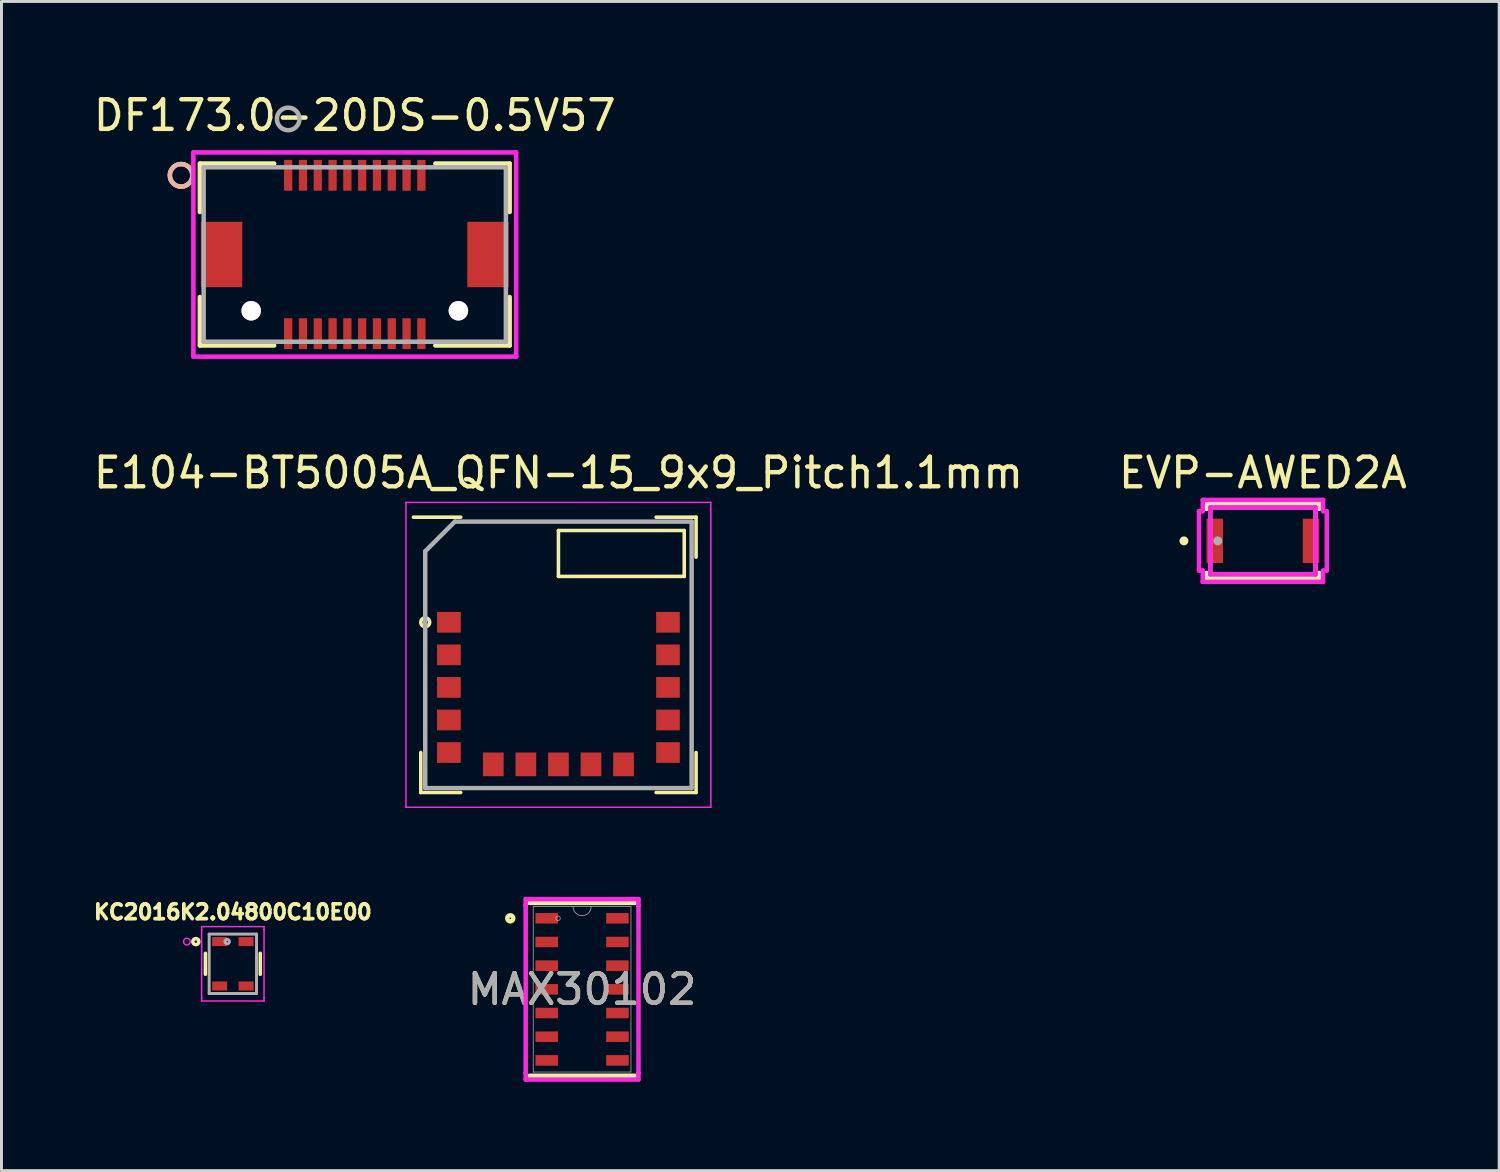
<source format=kicad_pcb>
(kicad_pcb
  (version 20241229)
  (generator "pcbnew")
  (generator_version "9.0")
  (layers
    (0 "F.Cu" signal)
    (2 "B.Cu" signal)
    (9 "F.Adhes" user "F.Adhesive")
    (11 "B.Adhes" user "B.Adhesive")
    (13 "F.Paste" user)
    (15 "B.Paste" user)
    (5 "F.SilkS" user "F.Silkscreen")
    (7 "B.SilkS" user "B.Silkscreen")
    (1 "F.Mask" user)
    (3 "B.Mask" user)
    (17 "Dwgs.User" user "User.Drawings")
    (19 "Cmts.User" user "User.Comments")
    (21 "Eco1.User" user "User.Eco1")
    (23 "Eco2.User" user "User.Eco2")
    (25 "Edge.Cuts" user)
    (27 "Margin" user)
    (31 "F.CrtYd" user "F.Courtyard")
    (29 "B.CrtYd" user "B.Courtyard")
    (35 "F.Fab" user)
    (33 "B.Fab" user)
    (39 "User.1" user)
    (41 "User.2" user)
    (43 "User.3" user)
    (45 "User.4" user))
  (footprint "E104-BT5005A_QFN-15_9x9_Pitch1.1mm"
    (layer "F.Cu")
    (at 15.815 19.072)
    (property "Reference" "E104-BT5005A_QFN-15_9x9_Pitch1.1mm" (at 0 -6.15 0) (layer "F.SilkS") (effects (font (size 1 1) (thickness 0.15))))
    (attr smd)
    (fp_line (start -4.65 4.65) (end -4.65 3.3) (stroke (width 0.12) (type solid)) (layer "F.SilkS"))
    (fp_line (start -3.3 -4.65) (end -4.9 -4.65) (stroke (width 0.12) (type solid)) (layer "F.SilkS"))
    (fp_line (start -3.3 4.65) (end -4.65 4.65) (stroke (width 0.12) (type solid)) (layer "F.SilkS"))
    (fp_line (start 0 -4.2) (end 0 -2.65) (stroke (width 0.12) (type solid)) (layer "F.SilkS"))
    (fp_line (start 0 -2.65) (end 4.25 -2.65) (stroke (width 0.12) (type solid)) (layer "F.SilkS"))
    (fp_line (start 3.3 -4.65) (end 4.65 -4.65) (stroke (width 0.12) (type solid)) (layer "F.SilkS"))
    (fp_line (start 3.3 4.65) (end 4.65 4.65) (stroke (width 0.12) (type solid)) (layer "F.SilkS"))
    (fp_line (start 4.25 -4.2) (end 0 -4.2) (stroke (width 0.12) (type solid)) (layer "F.SilkS"))
    (fp_line (start 4.25 -2.65) (end 4.25 -4.2) (stroke (width 0.12) (type solid)) (layer "F.SilkS"))
    (fp_line (start 4.65 -4.65) (end 4.65 -3.3) (stroke (width 0.12) (type solid)) (layer "F.SilkS"))
    (fp_line (start 4.65 4.65) (end 4.65 3.3) (stroke (width 0.12) (type solid)) (layer "F.SilkS"))
    (fp_circle (center -4.5 -1.1) (end -4.65 -1.1) (stroke (width 0.12) (type solid)) (fill no) (layer "F.SilkS"))
    (fp_line (start -5.15 -5.15) (end 5.15 -5.15) (stroke (width 0.05) (type solid)) (layer "F.CrtYd"))
    (fp_line (start -5.15 5.15) (end -5.15 -5.15) (stroke (width 0.05) (type solid)) (layer "F.CrtYd"))
    (fp_line (start 5.15 -5.15) (end 5.15 5.15) (stroke (width 0.05) (type solid)) (layer "F.CrtYd"))
    (fp_line (start 5.15 5.15) (end -5.15 5.15) (stroke (width 0.05) (type solid)) (layer "F.CrtYd"))
    (fp_line (start -4.5 -3.5) (end -4.5 4.5) (stroke (width 0.15) (type solid)) (layer "F.Fab"))
    (fp_line (start -4.5 4.5) (end 4.5 4.5) (stroke (width 0.15) (type solid)) (layer "F.Fab"))
    (fp_line (start -3.5 -4.5) (end -4.5 -3.5) (stroke (width 0.15) (type solid)) (layer "F.Fab"))
    (fp_line (start 4.5 -4.5) (end -3.5 -4.5) (stroke (width 0.15) (type solid)) (layer "F.Fab"))
    (fp_line (start 4.5 4.5) (end 4.5 -4.5) (stroke (width 0.15) (type solid)) (layer "F.Fab"))
    (pad "1" smd rect (at -3.7 -1.1 90) (size 0.7 0.8) (layers "F.Cu" "F.Mask" "F.Paste"))
    (pad "2" smd rect (at -3.7 0 90) (size 0.7 0.8) (layers "F.Cu" "F.Mask" "F.Paste"))
    (pad "3" smd rect (at -3.7 1.1 90) (size 0.7 0.8) (layers "F.Cu" "F.Mask" "F.Paste"))
    (pad "4" smd rect (at -3.7 2.2 90) (size 0.7 0.8) (layers "F.Cu" "F.Mask" "F.Paste"))
    (pad "5" smd rect (at -3.7 3.3 90) (size 0.7 0.8) (layers "F.Cu" "F.Mask" "F.Paste"))
    (pad "6" smd rect (at -2.2 3.7) (size 0.7 0.8) (layers "F.Cu" "F.Mask" "F.Paste"))
    (pad "7" smd rect (at -1.1 3.7) (size 0.7 0.8) (layers "F.Cu" "F.Mask" "F.Paste"))
    (pad "8" smd rect (at 0 3.7) (size 0.7 0.8) (layers "F.Cu" "F.Mask" "F.Paste"))
    (pad "9" smd rect (at 1.1 3.7) (size 0.7 0.8) (layers "F.Cu" "F.Mask" "F.Paste"))
    (pad "10" smd rect (at 2.2 3.7) (size 0.7 0.8) (layers "F.Cu" "F.Mask" "F.Paste"))
    (pad "11" smd rect (at 3.7 3.3 90) (size 0.7 0.8) (layers "F.Cu" "F.Mask" "F.Paste"))
    (pad "12" smd rect (at 3.7 2.2 90) (size 0.7 0.8) (layers "F.Cu" "F.Mask" "F.Paste"))
    (pad "13" smd rect (at 3.7 1.1 90) (size 0.7 0.8) (layers "F.Cu" "F.Mask" "F.Paste"))
    (pad "14" smd rect (at 3.7 0 90) (size 0.7 0.8) (layers "F.Cu" "F.Mask" "F.Paste"))
    (pad "15" smd rect (at 3.7 -1.1 90) (size 0.7 0.8) (layers "F.Cu" "F.Mask" "F.Paste")))
  (footprint "KC2016K2.04800C10E00"
    (layer "F.Cu")
    (at 4.816 29.509)
    (property "Reference" "KC2016K2.04800C10E00" (at 0 -1.75 0) (layer "F.SilkS") (effects (font (size 0.5 0.5) (thickness 0.125))))
    (attr through_hole)
    (fp_line (start -0.927 -0.354) (end -0.927 0.354) (stroke (width 0.12) (type solid)) (layer "F.SilkS"))
    (fp_line (start 0.927 0.354) (end 0.927 -0.354) (stroke (width 0.12) (type solid)) (layer "F.SilkS"))
    (fp_circle (center -1.25 -0.75) (end -1.148 -0.75) (stroke (width 0.12) (type solid)) (fill no) (layer "F.SilkS"))
    (fp_line (start -1.054 -1.257) (end 1.054 -1.257) (stroke (width 0.05) (type solid)) (layer "F.CrtYd"))
    (fp_line (start -1.054 -1.156) (end -1.054 -1.257) (stroke (width 0.05) (type solid)) (layer "F.CrtYd"))
    (fp_line (start -1.054 -1.156) (end -1.054 -1.156) (stroke (width 0.05) (type solid)) (layer "F.CrtYd"))
    (fp_line (start -1.054 1.156) (end -1.054 -1.156) (stroke (width 0.05) (type solid)) (layer "F.CrtYd"))
    (fp_line (start -1.054 1.156) (end -1.054 1.156) (stroke (width 0.05) (type solid)) (layer "F.CrtYd"))
    (fp_line (start -1.054 1.257) (end -1.054 1.156) (stroke (width 0.05) (type solid)) (layer "F.CrtYd"))
    (fp_line (start 1.054 -1.257) (end 1.054 -1.156) (stroke (width 0.05) (type solid)) (layer "F.CrtYd"))
    (fp_line (start 1.054 -1.156) (end 1.054 -1.156) (stroke (width 0.05) (type solid)) (layer "F.CrtYd"))
    (fp_line (start 1.054 -1.156) (end 1.054 1.156) (stroke (width 0.05) (type solid)) (layer "F.CrtYd"))
    (fp_line (start 1.054 1.156) (end 1.054 1.156) (stroke (width 0.05) (type solid)) (layer "F.CrtYd"))
    (fp_line (start 1.054 1.156) (end 1.054 1.257) (stroke (width 0.05) (type solid)) (layer "F.CrtYd"))
    (fp_line (start 1.054 1.257) (end -1.054 1.257) (stroke (width 0.05) (type solid)) (layer "F.CrtYd"))
    (fp_circle (center -1.552 -0.75) (end -1.45 -0.7) (stroke (width 0.05) (type solid)) (fill no) (layer "F.CrtYd"))
    (fp_line (start -0.8 -1.003) (end -0.8 1.003) (stroke (width 0.1) (type solid)) (layer "F.Fab"))
    (fp_line (start -0.8 1.003) (end 0.8 1.003) (stroke (width 0.1) (type solid)) (layer "F.Fab"))
    (fp_line (start 0.8 -1.003) (end -0.8 -1.003) (stroke (width 0.1) (type solid)) (layer "F.Fab"))
    (fp_line (start 0.8 1.003) (end 0.8 -1.003) (stroke (width 0.1) (type solid)) (layer "F.Fab"))
    (fp_circle (center -0.192 -0.75) (end -0.116 -0.75) (stroke (width 0.1) (type solid)) (fill no) (layer "F.Fab"))
    (pad "1" smd rect (at -0.446 -0.75) (size 0.508 0.305) (layers "F.Cu" "F.Mask" "F.Paste"))
    (pad "2" smd rect (at -0.446 0.75) (size 0.508 0.305) (layers "F.Cu" "F.Mask" "F.Paste"))
    (pad "3" smd rect (at 0.446 0.75) (size 0.508 0.305) (layers "F.Cu" "F.Mask" "F.Paste"))
    (pad "4" smd rect (at 0.446 -0.75) (size 0.508 0.305) (layers "F.Cu" "F.Mask" "F.Paste")))
  (footprint "DF173.0-20DS-0.5V57"
    (layer "F.Cu")
    (at 8.935 5.548)
    (property "Reference" "DF173.0-20DS-0.5V57" (at 0 -4.7 0) (layer "F.SilkS") (effects (font (size 1 1) (thickness 0.15))))
    (attr through_hole)
    (fp_line (start -5.232 -3.073) (end -5.232 -1.436) (stroke (width 0.152) (type solid)) (layer "F.SilkS"))
    (fp_line (start -5.232 1.436) (end -5.232 3.073) (stroke (width 0.152) (type solid)) (layer "F.SilkS"))
    (fp_line (start -5.232 3.073) (end -2.722 3.073) (stroke (width 0.152) (type solid)) (layer "F.SilkS"))
    (fp_line (start -2.722 -3.073) (end -5.232 -3.073) (stroke (width 0.152) (type solid)) (layer "F.SilkS"))
    (fp_line (start 2.722 3.073) (end 5.232 3.073) (stroke (width 0.152) (type solid)) (layer "F.SilkS"))
    (fp_line (start 5.232 -3.073) (end 2.722 -3.073) (stroke (width 0.152) (type solid)) (layer "F.SilkS"))
    (fp_line (start 5.232 -1.436) (end 5.232 -3.073) (stroke (width 0.152) (type solid)) (layer "F.SilkS"))
    (fp_line (start 5.232 3.073) (end 5.232 1.436) (stroke (width 0.152) (type solid)) (layer "F.SilkS"))
    (fp_circle (center -5.867 -2.675) (end -5.486 -2.675) (stroke (width 0.152) (type solid)) (fill no) (layer "F.SilkS"))
    (fp_circle (center -5.867 -2.675) (end -5.486 -2.675) (stroke (width 0.152) (type solid)) (fill no) (layer "B.SilkS"))
    (fp_line (start -5.452 -3.45) (end -5.452 3.45) (stroke (width 0.152) (type solid)) (layer "F.CrtYd"))
    (fp_line (start -5.452 3.45) (end 5.452 3.45) (stroke (width 0.152) (type solid)) (layer "F.CrtYd"))
    (fp_line (start 5.452 -3.45) (end -5.452 -3.45) (stroke (width 0.152) (type solid)) (layer "F.CrtYd"))
    (fp_line (start 5.452 3.45) (end 5.452 -3.45) (stroke (width 0.152) (type solid)) (layer "F.CrtYd"))
    (fp_line (start -5.105 -2.946) (end -5.105 2.946) (stroke (width 0.152) (type solid)) (layer "F.Fab"))
    (fp_line (start -5.105 2.946) (end 5.105 2.946) (stroke (width 0.152) (type solid)) (layer "F.Fab"))
    (fp_line (start 5.105 -2.946) (end -5.105 -2.946) (stroke (width 0.152) (type solid)) (layer "F.Fab"))
    (fp_line (start 5.105 2.946) (end 5.105 -2.946) (stroke (width 0.152) (type solid)) (layer "F.Fab"))
    (fp_circle (center -2.25 -4.58) (end -1.869 -4.58) (stroke (width 0.152) (type solid)) (fill no) (layer "F.Fab"))
    (pad "1" smd rect (at -2.25 -2.675) (size 0.279 1.041) (layers "F.Cu" "F.Mask" "F.Paste"))
    (pad "2" smd rect (at -2.25 2.675) (size 0.279 1.041) (layers "F.Cu" "F.Mask" "F.Paste"))
    (pad "3" smd rect (at -1.75 -2.675) (size 0.279 1.041) (layers "F.Cu" "F.Mask" "F.Paste"))
    (pad "4" smd rect (at -1.75 2.675) (size 0.279 1.041) (layers "F.Cu" "F.Mask" "F.Paste"))
    (pad "5" smd rect (at -1.25 -2.675) (size 0.279 1.041) (layers "F.Cu" "F.Mask" "F.Paste"))
    (pad "6" smd rect (at -1.25 2.675) (size 0.279 1.041) (layers "F.Cu" "F.Mask" "F.Paste"))
    (pad "7" smd rect (at -0.75 -2.675) (size 0.279 1.041) (layers "F.Cu" "F.Mask" "F.Paste"))
    (pad "8" smd rect (at -0.75 2.675) (size 0.279 1.041) (layers "F.Cu" "F.Mask" "F.Paste"))
    (pad "9" smd rect (at -0.25 -2.675) (size 0.279 1.041) (layers "F.Cu" "F.Mask" "F.Paste"))
    (pad "10" smd rect (at -0.25 2.675) (size 0.279 1.041) (layers "F.Cu" "F.Mask" "F.Paste"))
    (pad "11" smd rect (at 0.25 -2.675) (size 0.279 1.041) (layers "F.Cu" "F.Mask" "F.Paste"))
    (pad "12" smd rect (at 0.25 2.675) (size 0.279 1.041) (layers "F.Cu" "F.Mask" "F.Paste"))
    (pad "13" smd rect (at 0.75 -2.675) (size 0.279 1.041) (layers "F.Cu" "F.Mask" "F.Paste"))
    (pad "14" smd rect (at 0.75 2.675) (size 0.279 1.041) (layers "F.Cu" "F.Mask" "F.Paste"))
    (pad "15" smd rect (at 1.25 -2.675) (size 0.279 1.041) (layers "F.Cu" "F.Mask" "F.Paste"))
    (pad "16" smd rect (at 1.25 2.675) (size 0.279 1.041) (layers "F.Cu" "F.Mask" "F.Paste"))
    (pad "17" smd rect (at 1.75 -2.675) (size 0.279 1.041) (layers "F.Cu" "F.Mask" "F.Paste"))
    (pad "18" smd rect (at 1.75 2.675) (size 0.279 1.041) (layers "F.Cu" "F.Mask" "F.Paste"))
    (pad "19" smd rect (at 2.25 -2.675) (size 0.279 1.041) (layers "F.Cu" "F.Mask" "F.Paste"))
    (pad "20" smd rect (at 2.25 2.675) (size 0.279 1.041) (layers "F.Cu" "F.Mask" "F.Paste"))
    (pad "21" smd rect (at -4.5 0) (size 1.397 2.21) (layers "F.Cu" "F.Mask" "F.Paste"))
    (pad "22" smd rect (at 4.5 0) (size 1.397 2.21) (layers "F.Cu" "F.Mask" "F.Paste"))
    (pad "23" thru_hole circle (at -3.5 1.9) (size 0.66 0.66) (drill 0.66) (layers "*.Cu" "*.Mask"))
    (pad "24" thru_hole circle (at 3.5 1.9) (size 0.66 0.66) (drill 0.66) (layers "*.Cu" "*.Mask")))
  (footprint "MAX30102"
    (layer "F.Cu")
    (at 16.614 30.372)
    (property "Reference" "MAX30102" (at 0 0 0) (unlocked yes) (layer "F.SilkS") (effects (font (size 1 1) (thickness 0.15))))
    (attr smd)
    (fp_line (start -1.778 2.921) (end 1.778 2.921) (stroke (width 0.152) (type solid)) (layer "F.SilkS"))
    (fp_line (start 1.778 -2.921) (end -1.778 -2.921) (stroke (width 0.152) (type solid)) (layer "F.SilkS"))
    (fp_circle (center -2.426 -2.4) (end -2.324 -2.4) (stroke (width 0.152) (type solid)) (fill no) (layer "F.SilkS"))
    (fp_line (start -1.905 -3.048) (end 1.905 -3.048) (stroke (width 0.152) (type solid)) (layer "F.CrtYd"))
    (fp_line (start -1.905 -2.832) (end -1.905 -3.048) (stroke (width 0.152) (type solid)) (layer "F.CrtYd"))
    (fp_line (start -1.905 -2.832) (end -1.905 -2.832) (stroke (width 0.152) (type solid)) (layer "F.CrtYd"))
    (fp_line (start -1.905 2.832) (end -1.905 -2.832) (stroke (width 0.152) (type solid)) (layer "F.CrtYd"))
    (fp_line (start -1.905 2.832) (end -1.905 2.832) (stroke (width 0.152) (type solid)) (layer "F.CrtYd"))
    (fp_line (start -1.905 3.048) (end -1.905 2.832) (stroke (width 0.152) (type solid)) (layer "F.CrtYd"))
    (fp_line (start 1.905 -3.048) (end 1.905 -2.832) (stroke (width 0.152) (type solid)) (layer "F.CrtYd"))
    (fp_line (start 1.905 -2.832) (end 1.905 -2.832) (stroke (width 0.152) (type solid)) (layer "F.CrtYd"))
    (fp_line (start 1.905 -2.832) (end 1.905 2.832) (stroke (width 0.152) (type solid)) (layer "F.CrtYd"))
    (fp_line (start 1.905 2.832) (end 1.905 2.832) (stroke (width 0.152) (type solid)) (layer "F.CrtYd"))
    (fp_line (start 1.905 2.832) (end 1.905 3.048) (stroke (width 0.152) (type solid)) (layer "F.CrtYd"))
    (fp_line (start 1.905 3.048) (end -1.905 3.048) (stroke (width 0.152) (type solid)) (layer "F.CrtYd"))
    (fp_line (start -1.651 -2.794) (end -1.651 2.794) (stroke (width 0.025) (type solid)) (layer "F.Fab"))
    (fp_line (start -1.651 2.794) (end 1.651 2.794) (stroke (width 0.025) (type solid)) (layer "F.Fab"))
    (fp_line (start 1.651 -2.794) (end -1.651 -2.794) (stroke (width 0.025) (type solid)) (layer "F.Fab"))
    (fp_line (start 1.651 2.794) (end 1.651 -2.794) (stroke (width 0.025) (type solid)) (layer "F.Fab"))
    (fp_arc (start 0.3048 -2.794) (mid 0 -2.4892) (end -0.3048 -2.794) (stroke (width 0.0254) (type solid)) (layer "F.Fab"))
    (fp_circle (center -0.813 -2.4) (end -0.737 -2.4) (stroke (width 0.025) (type solid)) (fill no) (layer "F.Fab"))
    (fp_text user "${REFERENCE}" (at 0 0 0) (unlocked yes) (layer "F.Fab") (effects (font (size 1 1) (thickness 0.15))))
    (pad "1" smd rect (at -1.194 -2.4) (size 0.762 0.356) (layers "F.Cu" "F.Mask" "F.Paste"))
    (pad "2" smd rect (at -1.194 -1.6) (size 0.762 0.356) (layers "F.Cu" "F.Mask" "F.Paste"))
    (pad "3" smd rect (at -1.194 -0.8) (size 0.762 0.356) (layers "F.Cu" "F.Mask" "F.Paste"))
    (pad "4" smd rect (at -1.194 0) (size 0.762 0.356) (layers "F.Cu" "F.Mask" "F.Paste"))
    (pad "5" smd rect (at -1.194 0.8) (size 0.762 0.356) (layers "F.Cu" "F.Mask" "F.Paste"))
    (pad "6" smd rect (at -1.194 1.6) (size 0.762 0.356) (layers "F.Cu" "F.Mask" "F.Paste"))
    (pad "7" smd rect (at -1.194 2.4) (size 0.762 0.356) (layers "F.Cu" "F.Mask" "F.Paste"))
    (pad "8" smd rect (at 1.194 2.4) (size 0.762 0.356) (layers "F.Cu" "F.Mask" "F.Paste"))
    (pad "9" smd rect (at 1.194 1.6) (size 0.762 0.356) (layers "F.Cu" "F.Mask" "F.Paste"))
    (pad "10" smd rect (at 1.194 0.8) (size 0.762 0.356) (layers "F.Cu" "F.Mask" "F.Paste"))
    (pad "11" smd rect (at 1.194 0) (size 0.762 0.356) (layers "F.Cu" "F.Mask" "F.Paste"))
    (pad "12" smd rect (at 1.194 -0.8) (size 0.762 0.356) (layers "F.Cu" "F.Mask" "F.Paste"))
    (pad "13" smd rect (at 1.194 -1.6) (size 0.762 0.356) (layers "F.Cu" "F.Mask" "F.Paste"))
    (pad "14" smd rect (at 1.194 -2.4) (size 0.762 0.356) (layers "F.Cu" "F.Mask" "F.Paste")))
  (footprint "EVP-AWED2A"
    (layer "F.Cu")
    (at 39.613 15.222)
    (property "Reference" "EVP-AWED2A" (at 0 -2.3 0) (layer "F.SilkS") (effects (font (size 1 1) (thickness 0.15))))
    (attr through_hole)
    (fp_line (start -1.905 -1.257) (end -1.905 -1.082) (stroke (width 0.152) (type solid)) (layer "F.SilkS"))
    (fp_line (start -1.905 1.082) (end -1.905 1.257) (stroke (width 0.152) (type solid)) (layer "F.SilkS"))
    (fp_line (start -1.905 1.257) (end 1.905 1.257) (stroke (width 0.152) (type solid)) (layer "F.SilkS"))
    (fp_line (start 1.905 -1.257) (end -1.905 -1.257) (stroke (width 0.152) (type solid)) (layer "F.SilkS"))
    (fp_line (start 1.905 -1.082) (end 1.905 -1.257) (stroke (width 0.152) (type solid)) (layer "F.SilkS"))
    (fp_line (start 1.905 1.257) (end 1.905 1.082) (stroke (width 0.152) (type solid)) (layer "F.SilkS"))
    (fp_circle (center -2.667 0) (end -2.591 0) (stroke (width 0.152) (type solid)) (fill no) (layer "F.SilkS"))
    (fp_line (start -2.159 -1.003) (end -2.032 -1.003) (stroke (width 0.152) (type solid)) (layer "F.CrtYd"))
    (fp_line (start -2.159 1.003) (end -2.159 -1.003) (stroke (width 0.152) (type solid)) (layer "F.CrtYd"))
    (fp_line (start -2.032 -1.384) (end 2.032 -1.384) (stroke (width 0.152) (type solid)) (layer "F.CrtYd"))
    (fp_line (start -2.032 -1.003) (end -2.032 -1.384) (stroke (width 0.152) (type solid)) (layer "F.CrtYd"))
    (fp_line (start -2.032 1.003) (end -2.159 1.003) (stroke (width 0.152) (type solid)) (layer "F.CrtYd"))
    (fp_line (start -2.032 1.384) (end -2.032 1.003) (stroke (width 0.152) (type solid)) (layer "F.CrtYd"))
    (fp_line (start -1.778 -1.13) (end 1.778 -1.13) (stroke (width 0.152) (type solid)) (layer "F.CrtYd"))
    (fp_line (start -1.778 1.13) (end -1.778 -1.13) (stroke (width 0.152) (type solid)) (layer "F.CrtYd"))
    (fp_line (start 1.778 -1.13) (end 1.778 1.13) (stroke (width 0.152) (type solid)) (layer "F.CrtYd"))
    (fp_line (start 1.778 1.13) (end -1.778 1.13) (stroke (width 0.152) (type solid)) (layer "F.CrtYd"))
    (fp_line (start 2.032 -1.384) (end 2.032 -1.003) (stroke (width 0.152) (type solid)) (layer "F.CrtYd"))
    (fp_line (start 2.032 -1.003) (end 2.159 -1.003) (stroke (width 0.152) (type solid)) (layer "F.CrtYd"))
    (fp_line (start 2.032 1.003) (end 2.032 1.384) (stroke (width 0.152) (type solid)) (layer "F.CrtYd"))
    (fp_line (start 2.032 1.384) (end -2.032 1.384) (stroke (width 0.152) (type solid)) (layer "F.CrtYd"))
    (fp_line (start 2.032 1.384) (end 2.032 1.384) (stroke (width 0.152) (type solid)) (layer "F.CrtYd"))
    (fp_line (start 2.159 -1.003) (end 2.159 1.003) (stroke (width 0.152) (type solid)) (layer "F.CrtYd"))
    (fp_line (start 2.159 1.003) (end 2.032 1.003) (stroke (width 0.152) (type solid)) (layer "F.CrtYd"))
    (fp_line (start -1.778 -1.13) (end -1.778 1.13) (stroke (width 0.152) (type solid)) (layer "F.Fab"))
    (fp_line (start -1.778 1.13) (end 1.778 1.13) (stroke (width 0.152) (type solid)) (layer "F.Fab"))
    (fp_line (start 1.778 -1.13) (end -1.778 -1.13) (stroke (width 0.152) (type solid)) (layer "F.Fab"))
    (fp_line (start 1.778 1.13) (end 1.778 -1.13) (stroke (width 0.152) (type solid)) (layer "F.Fab"))
    (fp_circle (center -1.524 0) (end -1.448 0) (stroke (width 0.152) (type solid)) (fill no) (layer "F.Fab"))
    (pad "1" smd rect (at -1.626 0) (size 0.559 1.499) (layers "F.Cu" "F.Mask" "F.Paste"))
    (pad "2" smd rect (at 1.626 0) (size 0.559 1.499) (layers "F.Cu" "F.Mask" "F.Paste")))
  (gr_rect
    (start -3 -3)
    (end 47.595 36.496)
    (stroke (width 0.1) (type default))
    (fill no)
    (layer "Edge.Cuts")))
</source>
